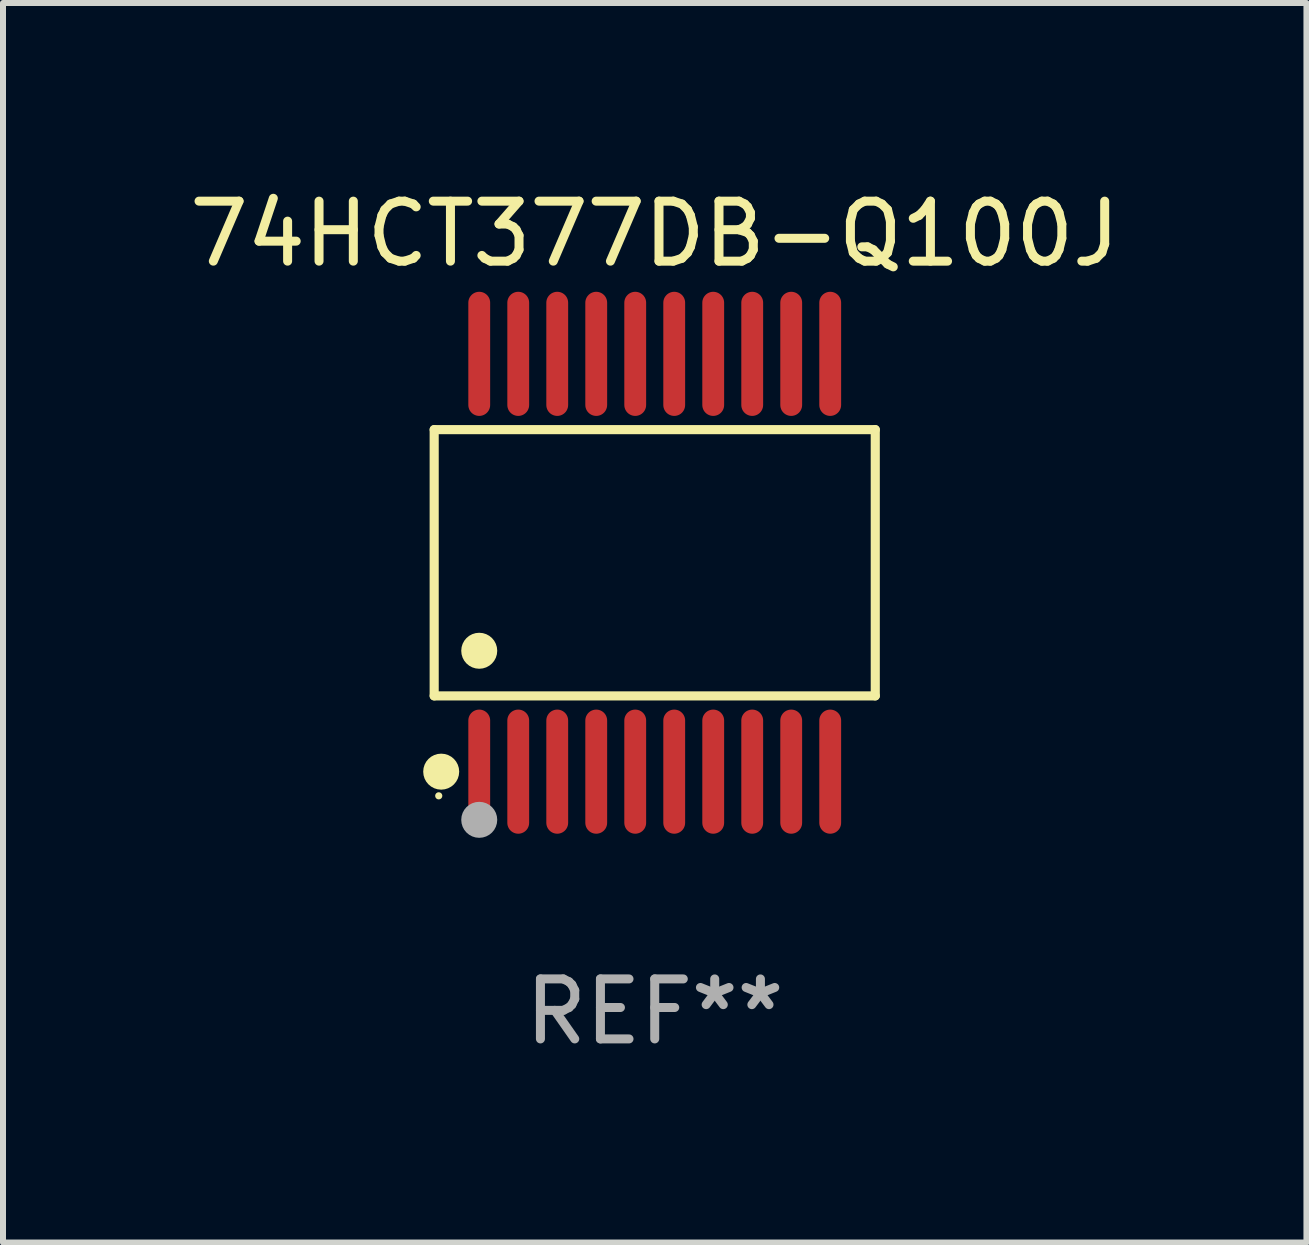
<source format=kicad_pcb>
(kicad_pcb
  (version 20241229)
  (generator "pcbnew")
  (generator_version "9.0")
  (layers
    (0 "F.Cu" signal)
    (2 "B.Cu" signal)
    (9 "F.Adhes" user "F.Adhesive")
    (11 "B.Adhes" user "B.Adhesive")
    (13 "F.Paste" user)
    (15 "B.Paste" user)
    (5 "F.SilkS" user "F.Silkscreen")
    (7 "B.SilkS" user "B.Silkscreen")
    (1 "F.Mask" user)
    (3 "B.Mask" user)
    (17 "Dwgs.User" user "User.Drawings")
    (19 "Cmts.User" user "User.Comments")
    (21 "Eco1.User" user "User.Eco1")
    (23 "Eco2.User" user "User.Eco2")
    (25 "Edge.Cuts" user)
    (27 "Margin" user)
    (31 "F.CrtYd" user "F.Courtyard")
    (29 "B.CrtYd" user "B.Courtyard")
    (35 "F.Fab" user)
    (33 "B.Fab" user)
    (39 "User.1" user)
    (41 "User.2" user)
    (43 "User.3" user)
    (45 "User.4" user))
  (footprint "74HCT377DB-Q100J"
    (layer "F.Cu")
    (at 7.863 6.33)
    (property "Reference" "74HCT377DB-Q100J" (at 0 -5.482 0) (layer "F.SilkS") (effects (font (size 1 1) (thickness 0.15))))
    (attr through_hole)
    (fp_line (start -3.676 -2.219) (end 3.676 -2.219) (stroke (width 0.152) (type solid)) (layer "F.SilkS"))
    (fp_line (start -3.676 2.219) (end -3.676 -2.219) (stroke (width 0.152) (type solid)) (layer "F.SilkS"))
    (fp_line (start 3.676 -2.219) (end 3.676 2.219) (stroke (width 0.152) (type solid)) (layer "F.SilkS"))
    (fp_line (start 3.676 2.219) (end -3.676 2.219) (stroke (width 0.152) (type solid)) (layer "F.SilkS"))
    (fp_circle (center -3.6 3.885) (end -3.57 3.885) (stroke (width 0.06) (type solid)) (fill no) (layer "F.SilkS"))
    (fp_circle (center -3.559 3.482) (end -3.409 3.482) (stroke (width 0.3) (type solid)) (fill no) (layer "F.SilkS"))
    (fp_circle (center -2.925 1.467) (end -2.775 1.467) (stroke (width 0.3) (type solid)) (fill no) (layer "F.SilkS"))
    (fp_circle (center -2.925 4.285) (end -2.775 4.285) (stroke (width 0.3) (type solid)) (fill no) (layer "F.Fab"))
    (fp_text user "REF**" (at 0 7.482 0) (layer "F.Fab") (effects (font (size 1 1) (thickness 0.15))))
    (pad "1" smd oval (at -2.925 3.482) (size 0.364 2.069) (layers "F.Cu" "F.Mask" "F.Paste"))
    (pad "2" smd oval (at -2.275 3.482) (size 0.364 2.069) (layers "F.Cu" "F.Mask" "F.Paste"))
    (pad "3" smd oval (at -1.625 3.482) (size 0.364 2.069) (layers "F.Cu" "F.Mask" "F.Paste"))
    (pad "4" smd oval (at -0.975 3.482) (size 0.364 2.069) (layers "F.Cu" "F.Mask" "F.Paste"))
    (pad "5" smd oval (at -0.325 3.482) (size 0.364 2.069) (layers "F.Cu" "F.Mask" "F.Paste"))
    (pad "6" smd oval (at 0.325 3.482) (size 0.364 2.069) (layers "F.Cu" "F.Mask" "F.Paste"))
    (pad "7" smd oval (at 0.975 3.482) (size 0.364 2.069) (layers "F.Cu" "F.Mask" "F.Paste"))
    (pad "8" smd oval (at 1.625 3.482) (size 0.364 2.069) (layers "F.Cu" "F.Mask" "F.Paste"))
    (pad "9" smd oval (at 2.275 3.482) (size 0.364 2.069) (layers "F.Cu" "F.Mask" "F.Paste"))
    (pad "10" smd oval (at 2.925 3.482) (size 0.364 2.069) (layers "F.Cu" "F.Mask" "F.Paste"))
    (pad "11" smd oval (at 2.925 -3.482) (size 0.364 2.069) (layers "F.Cu" "F.Mask" "F.Paste"))
    (pad "12" smd oval (at 2.275 -3.482) (size 0.364 2.069) (layers "F.Cu" "F.Mask" "F.Paste"))
    (pad "13" smd oval (at 1.625 -3.482) (size 0.364 2.069) (layers "F.Cu" "F.Mask" "F.Paste"))
    (pad "14" smd oval (at 0.975 -3.482) (size 0.364 2.069) (layers "F.Cu" "F.Mask" "F.Paste"))
    (pad "15" smd oval (at 0.325 -3.482) (size 0.364 2.069) (layers "F.Cu" "F.Mask" "F.Paste"))
    (pad "16" smd oval (at -0.325 -3.482) (size 0.364 2.069) (layers "F.Cu" "F.Mask" "F.Paste"))
    (pad "17" smd oval (at -0.975 -3.482) (size 0.364 2.069) (layers "F.Cu" "F.Mask" "F.Paste"))
    (pad "18" smd oval (at -1.625 -3.482) (size 0.364 2.069) (layers "F.Cu" "F.Mask" "F.Paste"))
    (pad "19" smd oval (at -2.275 -3.482) (size 0.364 2.069) (layers "F.Cu" "F.Mask" "F.Paste"))
    (pad "20" smd oval (at -2.925 -3.482) (size 0.364 2.069) (layers "F.Cu" "F.Mask" "F.Paste")))
  (gr_rect
    (start -3 -3)
    (end 18.726 17.661)
    (stroke (width 0.1) (type default))
    (fill no)
    (layer "Edge.Cuts")))
</source>
